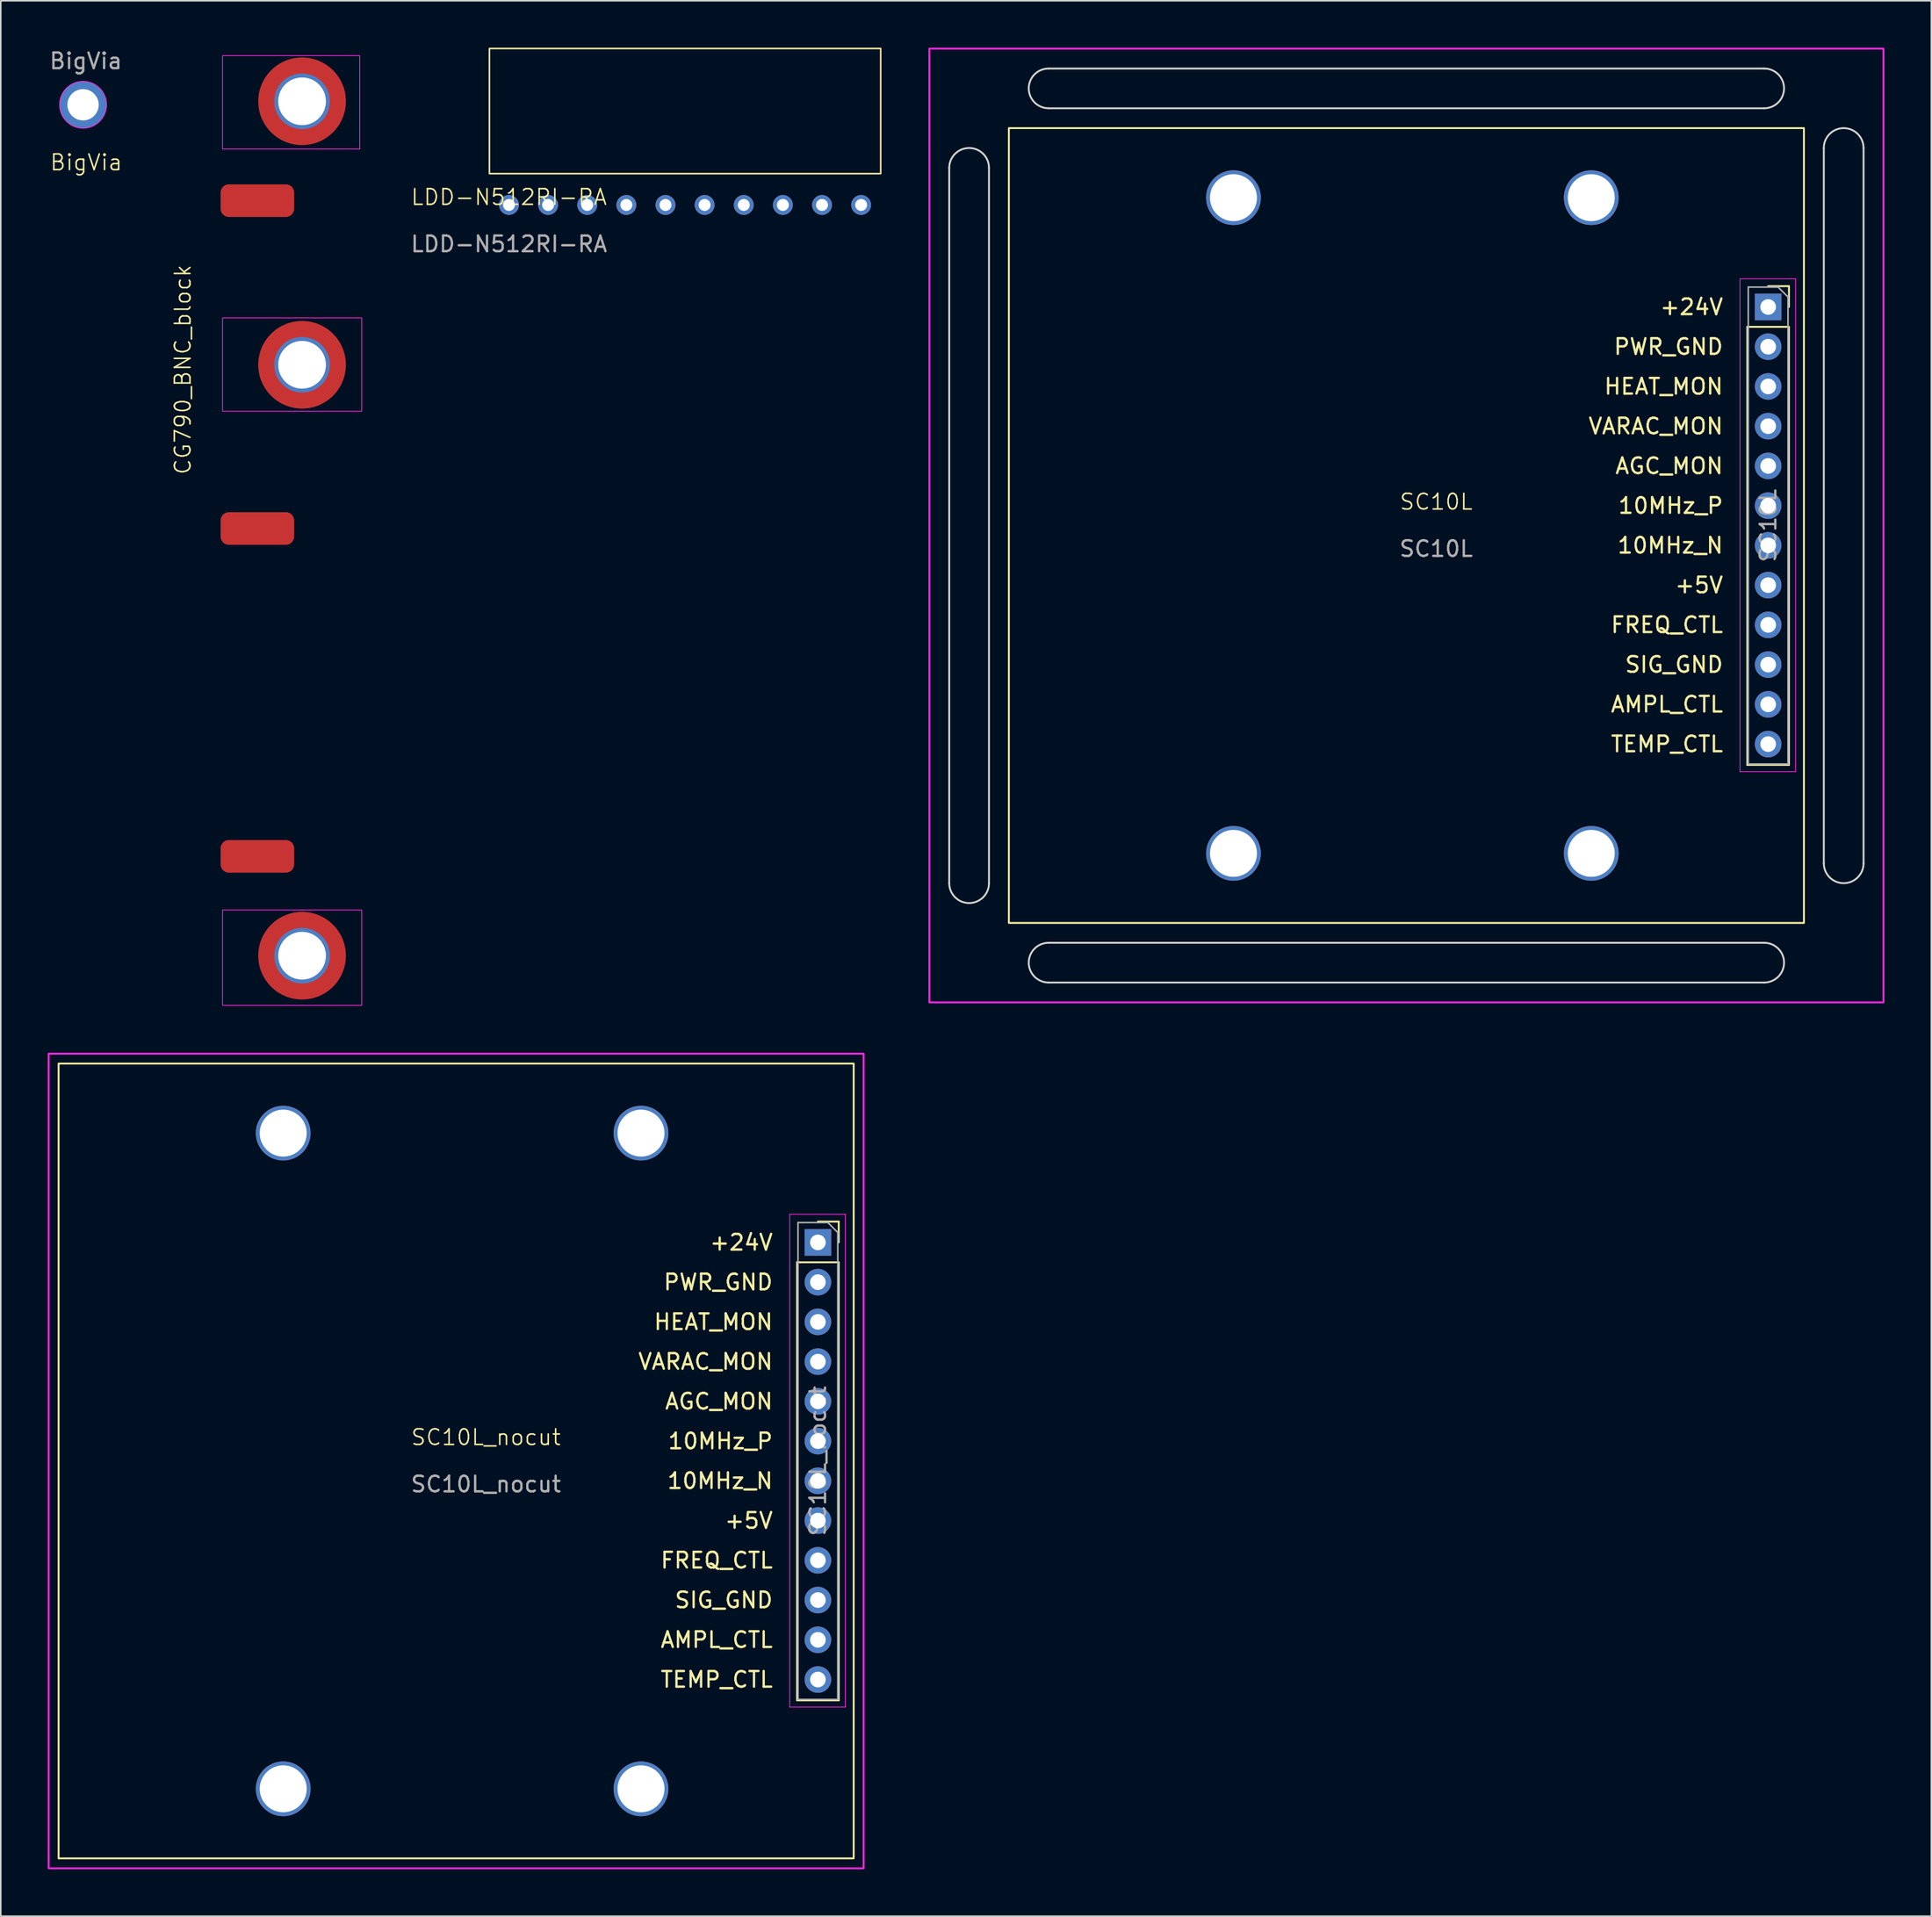
<source format=kicad_pcb>
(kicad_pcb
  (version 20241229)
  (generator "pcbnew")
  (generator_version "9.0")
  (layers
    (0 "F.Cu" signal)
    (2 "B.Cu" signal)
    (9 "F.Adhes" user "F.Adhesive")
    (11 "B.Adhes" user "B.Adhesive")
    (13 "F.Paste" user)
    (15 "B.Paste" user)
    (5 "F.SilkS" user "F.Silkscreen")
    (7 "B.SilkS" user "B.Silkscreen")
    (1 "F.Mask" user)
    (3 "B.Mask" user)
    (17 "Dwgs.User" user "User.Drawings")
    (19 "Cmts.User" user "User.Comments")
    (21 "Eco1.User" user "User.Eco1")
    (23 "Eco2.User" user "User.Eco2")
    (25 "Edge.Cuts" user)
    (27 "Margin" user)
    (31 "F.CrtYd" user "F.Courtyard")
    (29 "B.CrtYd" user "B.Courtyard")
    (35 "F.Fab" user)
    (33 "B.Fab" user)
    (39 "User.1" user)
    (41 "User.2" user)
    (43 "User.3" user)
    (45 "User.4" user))
  (footprint "SC10L_nocut"
    (layer "F.Cu")
    (at 28 89.314)
    (property "Reference" "SC10L_nocut" (at 0 -0.5 0) (unlocked yes) (layer "F.SilkS") (effects (font (size 1 1) (thickness 0.1))))
    (attr through_hole)
    (fp_line (start 19.879 -11.684) (end 19.879 16.316) (stroke (width 0.12) (type solid)) (layer "F.SilkS"))
    (fp_line (start 19.879 -11.684) (end 22.539 -11.684) (stroke (width 0.12) (type solid)) (layer "F.SilkS"))
    (fp_line (start 19.879 16.316) (end 22.539 16.316) (stroke (width 0.12) (type solid)) (layer "F.SilkS"))
    (fp_line (start 21.209 -14.284) (end 22.539 -14.284) (stroke (width 0.12) (type solid)) (layer "F.SilkS"))
    (fp_line (start 22.539 -14.284) (end 22.539 -12.954) (stroke (width 0.12) (type solid)) (layer "F.SilkS"))
    (fp_line (start 22.539 -11.684) (end 22.539 16.316) (stroke (width 0.12) (type solid)) (layer "F.SilkS"))
    (fp_rect (start 23.495 26.416) (end -27.305 -24.384) (stroke (width 0.12) (type solid)) (fill no) (layer "F.SilkS"))
    (fp_line (start 19.409 -14.754) (end 22.959 -14.754) (stroke (width 0.05) (type solid)) (layer "F.CrtYd"))
    (fp_line (start 19.409 16.746) (end 19.409 -14.754) (stroke (width 0.05) (type solid)) (layer "F.CrtYd"))
    (fp_line (start 22.959 -14.754) (end 22.959 16.746) (stroke (width 0.05) (type solid)) (layer "F.CrtYd"))
    (fp_line (start 22.959 16.746) (end 19.409 16.746) (stroke (width 0.05) (type solid)) (layer "F.CrtYd"))
    (fp_rect (start 24.13 27.051) (end -27.94 -25.019) (stroke (width 0.12) (type solid)) (fill no) (layer "F.CrtYd"))
    (fp_line (start 19.939 -14.224) (end 21.844 -14.224) (stroke (width 0.1) (type solid)) (layer "F.Fab"))
    (fp_line (start 19.939 16.256) (end 19.939 -14.224) (stroke (width 0.1) (type solid)) (layer "F.Fab"))
    (fp_line (start 21.844 -14.224) (end 22.479 -13.589) (stroke (width 0.1) (type solid)) (layer "F.Fab"))
    (fp_line (start 22.479 -13.589) (end 22.479 16.256) (stroke (width 0.1) (type solid)) (layer "F.Fab"))
    (fp_line (start 22.479 16.256) (end 19.939 16.256) (stroke (width 0.1) (type solid)) (layer "F.Fab"))
    (fp_text user "AGC_MON" (at 18.415 -2.794 0) (unlocked yes) (layer "F.SilkS") (effects (font (size 1 1) (thickness 0.15)) (justify right)))
    (fp_text user "HEAT_MON" (at 18.415 -7.874 0) (unlocked yes) (layer "F.SilkS") (effects (font (size 1 1) (thickness 0.15)) (justify right)))
    (fp_text user "10MHz_P" (at 18.415 -0.254 0) (unlocked yes) (layer "F.SilkS") (effects (font (size 1 1) (thickness 0.15)) (justify right)))
    (fp_text user "SIG_GND" (at 18.415 9.906 0) (unlocked yes) (layer "F.SilkS") (effects (font (size 1 1) (thickness 0.15)) (justify right)))
    (fp_text user "TEMP_CTL" (at 18.415 14.986 0) (unlocked yes) (layer "F.SilkS") (effects (font (size 1 1) (thickness 0.15)) (justify right)))
    (fp_text user "VARAC_MON" (at 18.415 -5.334 0) (unlocked yes) (layer "F.SilkS") (effects (font (size 1 1) (thickness 0.15)) (justify right)))
    (fp_text user "10MHz_N" (at 18.415 2.286 0) (unlocked yes) (layer "F.SilkS") (effects (font (size 1 1) (thickness 0.15)) (justify right)))
    (fp_text user "+24V" (at 18.415 -12.954 0) (unlocked yes) (layer "F.SilkS") (effects (font (size 1 1) (thickness 0.15)) (justify right)))
    (fp_text user "FREQ_CTL" (at 18.415 7.366 0) (unlocked yes) (layer "F.SilkS") (effects (font (size 1 1) (thickness 0.15)) (justify right)))
    (fp_text user "+5V" (at 18.415 4.826 0) (unlocked yes) (layer "F.SilkS") (effects (font (size 1 1) (thickness 0.15)) (justify right)))
    (fp_text user "AMPL_CTL" (at 18.415 12.446 0) (unlocked yes) (layer "F.SilkS") (effects (font (size 1 1) (thickness 0.15)) (justify right)))
    (fp_text user "PWR_GND" (at 18.415 -10.414 0) (unlocked yes) (layer "F.SilkS") (effects (font (size 1 1) (thickness 0.15)) (justify right)))
    (fp_text user "${REFERENCE}" (at 0 2.5 0) (unlocked yes) (layer "F.Fab") (effects (font (size 1 1) (thickness 0.15))))
    (fp_text user "${REFERENCE}" (at 21.209 1.016 90) (layer "F.Fab") (effects (font (size 1 1) (thickness 0.15))))
    (pad "" np_thru_hole circle (at -12.954 -19.939) (size 3.5 3.5) (drill 3) (layers "*.Cu" "*.Mask"))
    (pad "" np_thru_hole circle (at -12.954 21.971) (size 3.5 3.5) (drill 3) (layers "*.Cu" "*.Mask"))
    (pad "" np_thru_hole circle (at 9.906 -19.939) (size 3.5 3.5) (drill 3) (layers "*.Cu" "*.Mask"))
    (pad "" np_thru_hole circle (at 9.906 21.971) (size 3.5 3.5) (drill 3) (layers "*.Cu" "*.Mask"))
    (pad "1" thru_hole rect (at 21.209 -12.954) (size 1.7 1.7) (drill 1) (layers "*.Cu" "*.Mask"))
    (pad "2" thru_hole oval (at 21.209 -10.414) (size 1.7 1.7) (drill 1) (layers "*.Cu" "*.Mask"))
    (pad "3" thru_hole oval (at 21.209 -7.874) (size 1.7 1.7) (drill 1) (layers "*.Cu" "*.Mask"))
    (pad "4" thru_hole oval (at 21.209 -5.334) (size 1.7 1.7) (drill 1) (layers "*.Cu" "*.Mask"))
    (pad "5" thru_hole oval (at 21.209 -2.794) (size 1.7 1.7) (drill 1) (layers "*.Cu" "*.Mask"))
    (pad "6" thru_hole oval (at 21.209 -0.254) (size 1.7 1.7) (drill 1) (layers "*.Cu" "*.Mask"))
    (pad "7" thru_hole oval (at 21.209 2.286) (size 1.7 1.7) (drill 1) (layers "*.Cu" "*.Mask"))
    (pad "8" thru_hole oval (at 21.209 4.826) (size 1.7 1.7) (drill 1) (layers "*.Cu" "*.Mask"))
    (pad "9" thru_hole oval (at 21.209 7.366) (size 1.7 1.7) (drill 1) (layers "*.Cu" "*.Mask"))
    (pad "10" thru_hole oval (at 21.209 9.906) (size 1.7 1.7) (drill 1) (layers "*.Cu" "*.Mask"))
    (pad "11" thru_hole oval (at 21.209 12.446) (size 1.7 1.7) (drill 1) (layers "*.Cu" "*.Mask"))
    (pad "12" thru_hole oval (at 21.209 14.986) (size 1.7 1.7) (drill 1) (layers "*.Cu" "*.Mask")))
  (footprint "SC10L"
    (layer "F.Cu")
    (at 88.716 29.524)
    (property "Reference" "SC10L" (at 0 -0.5 0) (unlocked yes) (layer "F.SilkS") (effects (font (size 1 1) (thickness 0.1))))
    (attr through_hole)
    (fp_line (start 19.879 -11.684) (end 19.879 16.316) (stroke (width 0.12) (type solid)) (layer "F.SilkS"))
    (fp_line (start 19.879 -11.684) (end 22.539 -11.684) (stroke (width 0.12) (type solid)) (layer "F.SilkS"))
    (fp_line (start 19.879 16.316) (end 22.539 16.316) (stroke (width 0.12) (type solid)) (layer "F.SilkS"))
    (fp_line (start 21.209 -14.284) (end 22.539 -14.284) (stroke (width 0.12) (type solid)) (layer "F.SilkS"))
    (fp_line (start 22.539 -14.284) (end 22.539 -12.954) (stroke (width 0.12) (type solid)) (layer "F.SilkS"))
    (fp_line (start 22.539 -11.684) (end 22.539 16.316) (stroke (width 0.12) (type solid)) (layer "F.SilkS"))
    (fp_rect (start 23.495 26.416) (end -27.305 -24.384) (stroke (width 0.12) (type solid)) (fill no) (layer "F.SilkS"))
    (fp_line (start -31.115 -21.844) (end -31.115 23.876) (stroke (width 0.12) (type solid)) (layer "Edge.Cuts"))
    (fp_line (start -28.575 23.876) (end -28.575 -21.844) (stroke (width 0.12) (type solid)) (layer "Edge.Cuts"))
    (fp_line (start -24.765 -25.654) (end 20.955 -25.654) (stroke (width 0.12) (type solid)) (layer "Edge.Cuts"))
    (fp_line (start -24.765 30.226) (end 20.955 30.226) (stroke (width 0.12) (type solid)) (layer "Edge.Cuts"))
    (fp_line (start 20.955 -28.194) (end -24.765 -28.194) (stroke (width 0.12) (type solid)) (layer "Edge.Cuts"))
    (fp_line (start 20.955 27.686) (end -24.765 27.686) (stroke (width 0.12) (type solid)) (layer "Edge.Cuts"))
    (fp_line (start 24.765 -23.114) (end 24.765 22.606) (stroke (width 0.12) (type solid)) (layer "Edge.Cuts"))
    (fp_line (start 27.305 22.606) (end 27.305 -23.114) (stroke (width 0.12) (type solid)) (layer "Edge.Cuts"))
    (fp_arc (start -31.115 -21.844) (mid -29.845 -23.114) (end -28.575 -21.844) (stroke (width 0.12) (type solid)) (layer "Edge.Cuts"))
    (fp_arc (start -28.575 23.876) (mid -29.845 25.146) (end -31.115 23.876) (stroke (width 0.12) (type solid)) (layer "Edge.Cuts"))
    (fp_arc (start -24.765 -25.654) (mid -26.035 -26.924) (end -24.765 -28.194) (stroke (width 0.12) (type solid)) (layer "Edge.Cuts"))
    (fp_arc (start -24.765 30.226) (mid -26.035 28.956) (end -24.765 27.686) (stroke (width 0.12) (type solid)) (layer "Edge.Cuts"))
    (fp_arc (start 20.955 -28.194) (mid 22.225 -26.924) (end 20.955 -25.654) (stroke (width 0.12) (type solid)) (layer "Edge.Cuts"))
    (fp_arc (start 20.955 27.686) (mid 22.225 28.956) (end 20.955 30.226) (stroke (width 0.12) (type solid)) (layer "Edge.Cuts"))
    (fp_arc (start 24.765 -23.114) (mid 26.035 -24.384) (end 27.305 -23.114) (stroke (width 0.12) (type solid)) (layer "Edge.Cuts"))
    (fp_arc (start 27.305 22.606) (mid 26.035 23.876) (end 24.765 22.606) (stroke (width 0.12) (type solid)) (layer "Edge.Cuts"))
    (fp_line (start 19.409 -14.754) (end 22.959 -14.754) (stroke (width 0.05) (type solid)) (layer "F.CrtYd"))
    (fp_line (start 19.409 16.746) (end 19.409 -14.754) (stroke (width 0.05) (type solid)) (layer "F.CrtYd"))
    (fp_line (start 22.959 -14.754) (end 22.959 16.746) (stroke (width 0.05) (type solid)) (layer "F.CrtYd"))
    (fp_line (start 22.959 16.746) (end 19.409 16.746) (stroke (width 0.05) (type solid)) (layer "F.CrtYd"))
    (fp_rect (start 28.575 31.496) (end -32.385 -29.464) (stroke (width 0.12) (type solid)) (fill no) (layer "F.CrtYd"))
    (fp_line (start 19.939 -14.224) (end 21.844 -14.224) (stroke (width 0.1) (type solid)) (layer "F.Fab"))
    (fp_line (start 19.939 16.256) (end 19.939 -14.224) (stroke (width 0.1) (type solid)) (layer "F.Fab"))
    (fp_line (start 21.844 -14.224) (end 22.479 -13.589) (stroke (width 0.1) (type solid)) (layer "F.Fab"))
    (fp_line (start 22.479 -13.589) (end 22.479 16.256) (stroke (width 0.1) (type solid)) (layer "F.Fab"))
    (fp_line (start 22.479 16.256) (end 19.939 16.256) (stroke (width 0.1) (type solid)) (layer "F.Fab"))
    (fp_text user "+24V" (at 18.415 -12.954 0) (unlocked yes) (layer "F.SilkS") (effects (font (size 1 1) (thickness 0.15)) (justify right)))
    (fp_text user "VARAC_MON" (at 18.415 -5.334 0) (unlocked yes) (layer "F.SilkS") (effects (font (size 1 1) (thickness 0.15)) (justify right)))
    (fp_text user "SIG_GND" (at 18.415 9.906 0) (unlocked yes) (layer "F.SilkS") (effects (font (size 1 1) (thickness 0.15)) (justify right)))
    (fp_text user "FREQ_CTL" (at 18.415 7.366 0) (unlocked yes) (layer "F.SilkS") (effects (font (size 1 1) (thickness 0.15)) (justify right)))
    (fp_text user "+5V" (at 18.415 4.826 0) (unlocked yes) (layer "F.SilkS") (effects (font (size 1 1) (thickness 0.15)) (justify right)))
    (fp_text user "PWR_GND" (at 18.415 -10.414 0) (unlocked yes) (layer "F.SilkS") (effects (font (size 1 1) (thickness 0.15)) (justify right)))
    (fp_text user "AMPL_CTL" (at 18.415 12.446 0) (unlocked yes) (layer "F.SilkS") (effects (font (size 1 1) (thickness 0.15)) (justify right)))
    (fp_text user "10MHz_P" (at 18.415 -0.254 0) (unlocked yes) (layer "F.SilkS") (effects (font (size 1 1) (thickness 0.15)) (justify right)))
    (fp_text user "TEMP_CTL" (at 18.415 14.986 0) (unlocked yes) (layer "F.SilkS") (effects (font (size 1 1) (thickness 0.15)) (justify right)))
    (fp_text user "AGC_MON" (at 18.415 -2.794 0) (unlocked yes) (layer "F.SilkS") (effects (font (size 1 1) (thickness 0.15)) (justify right)))
    (fp_text user "10MHz_N" (at 18.415 2.286 0) (unlocked yes) (layer "F.SilkS") (effects (font (size 1 1) (thickness 0.15)) (justify right)))
    (fp_text user "HEAT_MON" (at 18.415 -7.874 0) (unlocked yes) (layer "F.SilkS") (effects (font (size 1 1) (thickness 0.15)) (justify right)))
    (fp_text user "${REFERENCE}" (at 21.209 1.016 90) (layer "F.Fab") (effects (font (size 1 1) (thickness 0.15))))
    (fp_text user "${REFERENCE}" (at 0 2.5 0) (unlocked yes) (layer "F.Fab") (effects (font (size 1 1) (thickness 0.15))))
    (pad "" np_thru_hole circle (at -12.954 -19.939) (size 3.5 3.5) (drill 3) (layers "*.Cu" "*.Mask"))
    (pad "" np_thru_hole circle (at -12.954 21.971) (size 3.5 3.5) (drill 3) (layers "*.Cu" "*.Mask"))
    (pad "" np_thru_hole circle (at 9.906 -19.939) (size 3.5 3.5) (drill 3) (layers "*.Cu" "*.Mask"))
    (pad "" np_thru_hole circle (at 9.906 21.971) (size 3.5 3.5) (drill 3) (layers "*.Cu" "*.Mask"))
    (pad "1" thru_hole rect (at 21.209 -12.954) (size 1.7 1.7) (drill 1) (layers "*.Cu" "*.Mask"))
    (pad "2" thru_hole oval (at 21.209 -10.414) (size 1.7 1.7) (drill 1) (layers "*.Cu" "*.Mask"))
    (pad "3" thru_hole oval (at 21.209 -7.874) (size 1.7 1.7) (drill 1) (layers "*.Cu" "*.Mask"))
    (pad "4" thru_hole oval (at 21.209 -5.334) (size 1.7 1.7) (drill 1) (layers "*.Cu" "*.Mask"))
    (pad "5" thru_hole oval (at 21.209 -2.794) (size 1.7 1.7) (drill 1) (layers "*.Cu" "*.Mask"))
    (pad "6" thru_hole oval (at 21.209 -0.254) (size 1.7 1.7) (drill 1) (layers "*.Cu" "*.Mask"))
    (pad "7" thru_hole oval (at 21.209 2.286) (size 1.7 1.7) (drill 1) (layers "*.Cu" "*.Mask"))
    (pad "8" thru_hole oval (at 21.209 4.826) (size 1.7 1.7) (drill 1) (layers "*.Cu" "*.Mask"))
    (pad "9" thru_hole oval (at 21.209 7.366) (size 1.7 1.7) (drill 1) (layers "*.Cu" "*.Mask"))
    (pad "10" thru_hole oval (at 21.209 9.906) (size 1.7 1.7) (drill 1) (layers "*.Cu" "*.Mask"))
    (pad "11" thru_hole oval (at 21.209 12.446) (size 1.7 1.7) (drill 1) (layers "*.Cu" "*.Mask"))
    (pad "12" thru_hole oval (at 21.209 14.986) (size 1.7 1.7) (drill 1) (layers "*.Cu" "*.Mask")))
  (footprint "BigVia"
    (layer "F.Cu")
    (at 2.257 3.647)
    (property "Reference" "BigVia" (at 0.203 3.683 0) (unlocked yes) (layer "F.SilkS") (effects (font (size 1 1) (thickness 0.1))))
    (attr smd)
    (fp_circle (center 0 0) (end 1.5 0) (stroke (width 0.05) (type solid)) (fill no) (layer "F.CrtYd"))
    (fp_text user "${REFERENCE}" (at 0.178 -2.798 0) (layer "F.Fab") (effects (font (size 1 1) (thickness 0.15))))
    (pad "1" thru_hole circle (at 0 0) (size 3 3) (drill 2) (layers "*.Cu" "*.Mask")))
  (footprint "CG790_BNC_block"
    (layer "F.Cu")
    (at 16.25 0.25)
    (property "Reference" "CG790_BNC_block" (at -7.62 20.32 90) (unlocked yes) (layer "F.SilkS") (effects (font (size 1 1) (thickness 0.1))))
    (attr through_hole)
    (fp_rect (start -5.08 0.254) (end 3.683 6.223) (stroke (width 0.05) (type default)) (fill no) (layer "F.CrtYd"))
    (fp_rect (start -5.08 17.018) (end 3.81 22.987) (stroke (width 0.05) (type default)) (fill no) (layer "F.CrtYd"))
    (fp_rect (start -5.08 54.864) (end 3.81 60.96) (stroke (width 0.05) (type default)) (fill no) (layer "F.CrtYd"))
    (pad "1" connect roundrect (at -2.857 9.525) (size 4.699 2.083) (layers "F.Cu" "F.Mask") (roundrect_rratio 0.25))
    (pad "2" connect roundrect (at -2.857 30.48) (size 4.699 2.083) (layers "F.Cu" "F.Mask") (roundrect_rratio 0.25))
    (pad "3" connect roundrect (at -2.857 51.435) (size 4.699 2.083) (layers "F.Cu" "F.Mask") (roundrect_rratio 0.25))
    (pad "4" thru_hole circle (at 0 3.175) (size 3.556 3.556) (drill 3.048) (layers "*.Cu" "*.Mask"))
    (pad "4" connect circle (at 0 3.175) (size 5.6 5.6) (layers "F.Cu" "F.Mask"))
    (pad "4" thru_hole circle (at 0 20.015) (size 3.556 3.556) (drill 3.048) (layers "*.Cu" "*.Mask"))
    (pad "4" connect circle (at 0 20.015) (size 5.6 5.6) (layers "F.Cu" "F.Mask"))
    (pad "4" thru_hole circle (at 0 57.785) (size 3.556 3.556) (drill 3.048) (layers "*.Cu" "*.Mask"))
    (pad "4" connect circle (at 0 57.785) (size 5.6 5.6) (layers "F.Cu" "F.Mask")))
  (footprint "LDD-N512RI-RA"
    (layer "F.Cu")
    (at 29.471 10.05)
    (property "Reference" "LDD-N512RI-RA" (at 0 -0.5 0) (unlocked yes) (layer "F.SilkS") (effects (font (size 1 1) (thickness 0.1))))
    (attr through_hole)
    (fp_rect (start -1.25 -2) (end 23.75 -10) (stroke (width 0.1) (type default)) (fill no) (layer "F.SilkS"))
    (fp_text user "${REFERENCE}" (at 0 2.5 0) (unlocked yes) (layer "F.Fab") (effects (font (size 1 1) (thickness 0.15))))
    (pad "1" thru_hole circle (at 22.5 0) (size 1.27 1.27) (drill 0.762) (layers "*.Cu" "*.Mask"))
    (pad "2" thru_hole circle (at 20 0) (size 1.27 1.27) (drill 0.762) (layers "*.Cu" "*.Mask"))
    (pad "3" thru_hole circle (at 17.5 0) (size 1.27 1.27) (drill 0.762) (layers "*.Cu" "*.Mask"))
    (pad "4" thru_hole circle (at 15 0) (size 1.27 1.27) (drill 0.762) (layers "*.Cu" "*.Mask"))
    (pad "5" thru_hole circle (at 12.5 0) (size 1.27 1.27) (drill 0.762) (layers "*.Cu" "*.Mask"))
    (pad "6" thru_hole circle (at 10 0) (size 1.27 1.27) (drill 0.762) (layers "*.Cu" "*.Mask"))
    (pad "7" thru_hole circle (at 7.5 0) (size 1.27 1.27) (drill 0.762) (layers "*.Cu" "*.Mask"))
    (pad "8" thru_hole circle (at 5 0) (size 1.27 1.27) (drill 0.762) (layers "*.Cu" "*.Mask"))
    (pad "9" thru_hole circle (at 2.5 0) (size 1.27 1.27) (drill 0.762) (layers "*.Cu" "*.Mask"))
    (pad "10" thru_hole circle (at 0 0) (size 1.27 1.27) (drill 0.762) (layers "*.Cu" "*.Mask")))
  (gr_rect
    (start -3 -3)
    (end 120.351 119.425)
    (stroke (width 0.1) (type default))
    (fill no)
    (layer "Edge.Cuts")))
</source>
